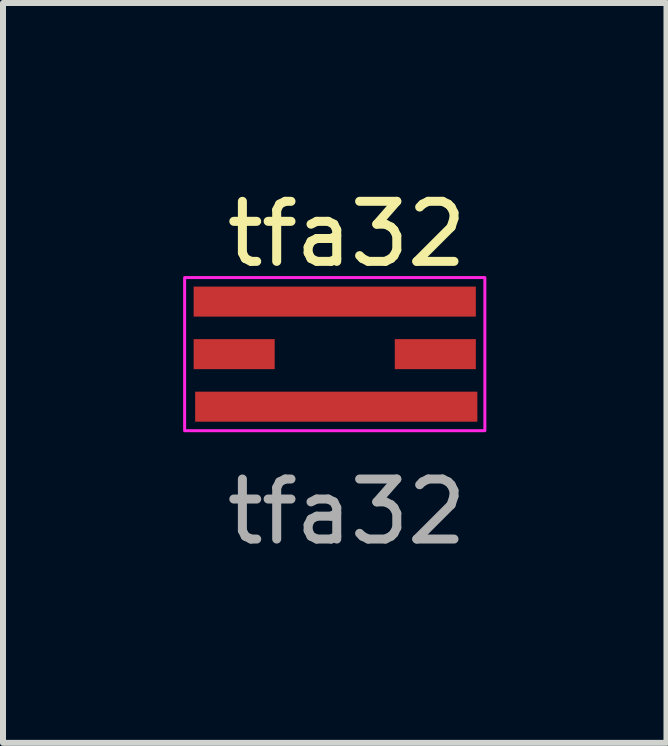
<source format=kicad_pcb>
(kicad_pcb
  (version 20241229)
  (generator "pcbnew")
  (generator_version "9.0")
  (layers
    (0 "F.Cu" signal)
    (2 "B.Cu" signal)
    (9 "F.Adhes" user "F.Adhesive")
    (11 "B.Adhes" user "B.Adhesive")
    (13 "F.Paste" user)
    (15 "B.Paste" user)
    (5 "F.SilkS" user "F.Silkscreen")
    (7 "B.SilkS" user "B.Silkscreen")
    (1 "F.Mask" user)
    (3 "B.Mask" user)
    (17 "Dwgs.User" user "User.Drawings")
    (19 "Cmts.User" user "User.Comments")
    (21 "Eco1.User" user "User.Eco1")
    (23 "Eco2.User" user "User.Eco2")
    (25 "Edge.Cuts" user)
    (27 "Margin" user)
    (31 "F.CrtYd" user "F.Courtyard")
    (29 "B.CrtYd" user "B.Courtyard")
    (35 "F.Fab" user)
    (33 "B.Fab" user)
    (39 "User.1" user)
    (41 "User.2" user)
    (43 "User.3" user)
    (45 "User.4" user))
  (footprint "tfa32"
    (layer "F.Cu")
    (at 2.725 2.973)
    (property "Reference" "tfa32" (at 0 -2.125 0) (unlocked yes) (layer "F.SilkS") (effects (font (size 1 1) (thickness 0.15))))
    (attr smd)
    (fp_rect (start -2.7 -1.4) (end 2.3 1.15) (stroke (width 0.05) (type solid)) (fill no) (layer "F.CrtYd"))
    (fp_text user "${REFERENCE}" (at 0 2.5 0) (unlocked yes) (layer "F.Fab") (effects (font (size 1 1) (thickness 0.15))))
    (pad "1" smd rect (at -1.875 -0.125) (size 1.35 0.5) (layers "F.Cu" "F.Mask" "F.Paste"))
    (pad "2" smd rect (at 1.475 -0.125) (size 1.35 0.5) (layers "F.Cu" "F.Mask" "F.Paste"))
    (pad "3" smd rect (at -0.175 0.75) (size 4.7 0.5) (layers "F.Cu" "F.Mask" "F.Paste"))
    (pad "4" smd rect (at -0.2 -1) (size 4.7 0.5) (layers "F.Cu" "F.Mask" "F.Paste")))
  (gr_rect
    (start -3 -3)
    (end 8.05 9.322)
    (stroke (width 0.1) (type default))
    (fill no)
    (layer "Edge.Cuts")))
</source>
